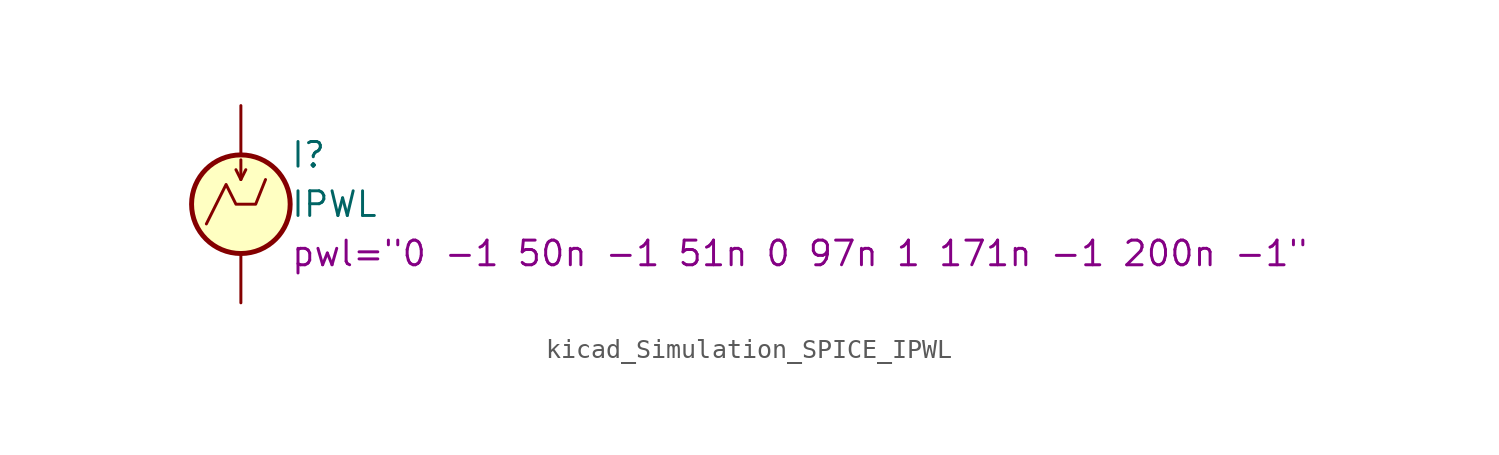
<source format=kicad_sym>
(kicad_symbol_lib
  (version 20220914)
  (generator kicad_symbol_editor)
  (symbol "kicad_Simulation_SPICE_IPWL"
    (pin_numbers hide)
    (pin_names
      (offset 0.025))
    (property "Reference" "I"
      (at 2.54 2.54 0)
      (effects (font (size 1.27 1.27)) (justify left)))
    (property "Value" "IPWL"
      (at 2.54 0 0)
      (effects (font (size 1.27 1.27)) (justify left)))
    (property "Sim.Params" "pwl=\"0 -1 50n -1 51n 0 97n 1 171n -1 200n -1\""
      (at 2.54 -2.54 0)
      (effects (font (size 1.27 1.27)) (justify left)))
    (symbol "kicad_Simulation_SPICE_IPWL_0_0"
      (polyline (pts (xy -1.778 -1.016) (xy -0.762 1.016) (xy -0.254 0) (xy 0.762 0) (xy 1.27 1.27)) (stroke (width 0) (type default)) (fill (type none))))
    (symbol "kicad_Simulation_SPICE_IPWL_0_1"
      (polyline (pts (xy 0 1.27) (xy 0 2.286)) (stroke (width 0) (type default)) (fill (type none)))
      (polyline (pts (xy -0.254 1.778) (xy 0 1.27) (xy 0.254 1.778)) (stroke (width 0) (type default)) (fill (type none)))
      (circle (center 0 0) (radius 2.54) (stroke (width 0.254) (type default)) (fill (type background))))
    (symbol "kicad_Simulation_SPICE_IPWL_1_1"
      (pin passive line (at 0 5.08 270) (length 2.54) (name "~" (effects (font (size 1.27 1.27)))) (number "1" (effects (font (size 1.27 1.27)))))
      (pin passive line (at 0 -5.08 90) (length 2.54) (name "~" (effects (font (size 1.27 1.27)))) (number "2" (effects (font (size 1.27 1.27))))))))
</source>
